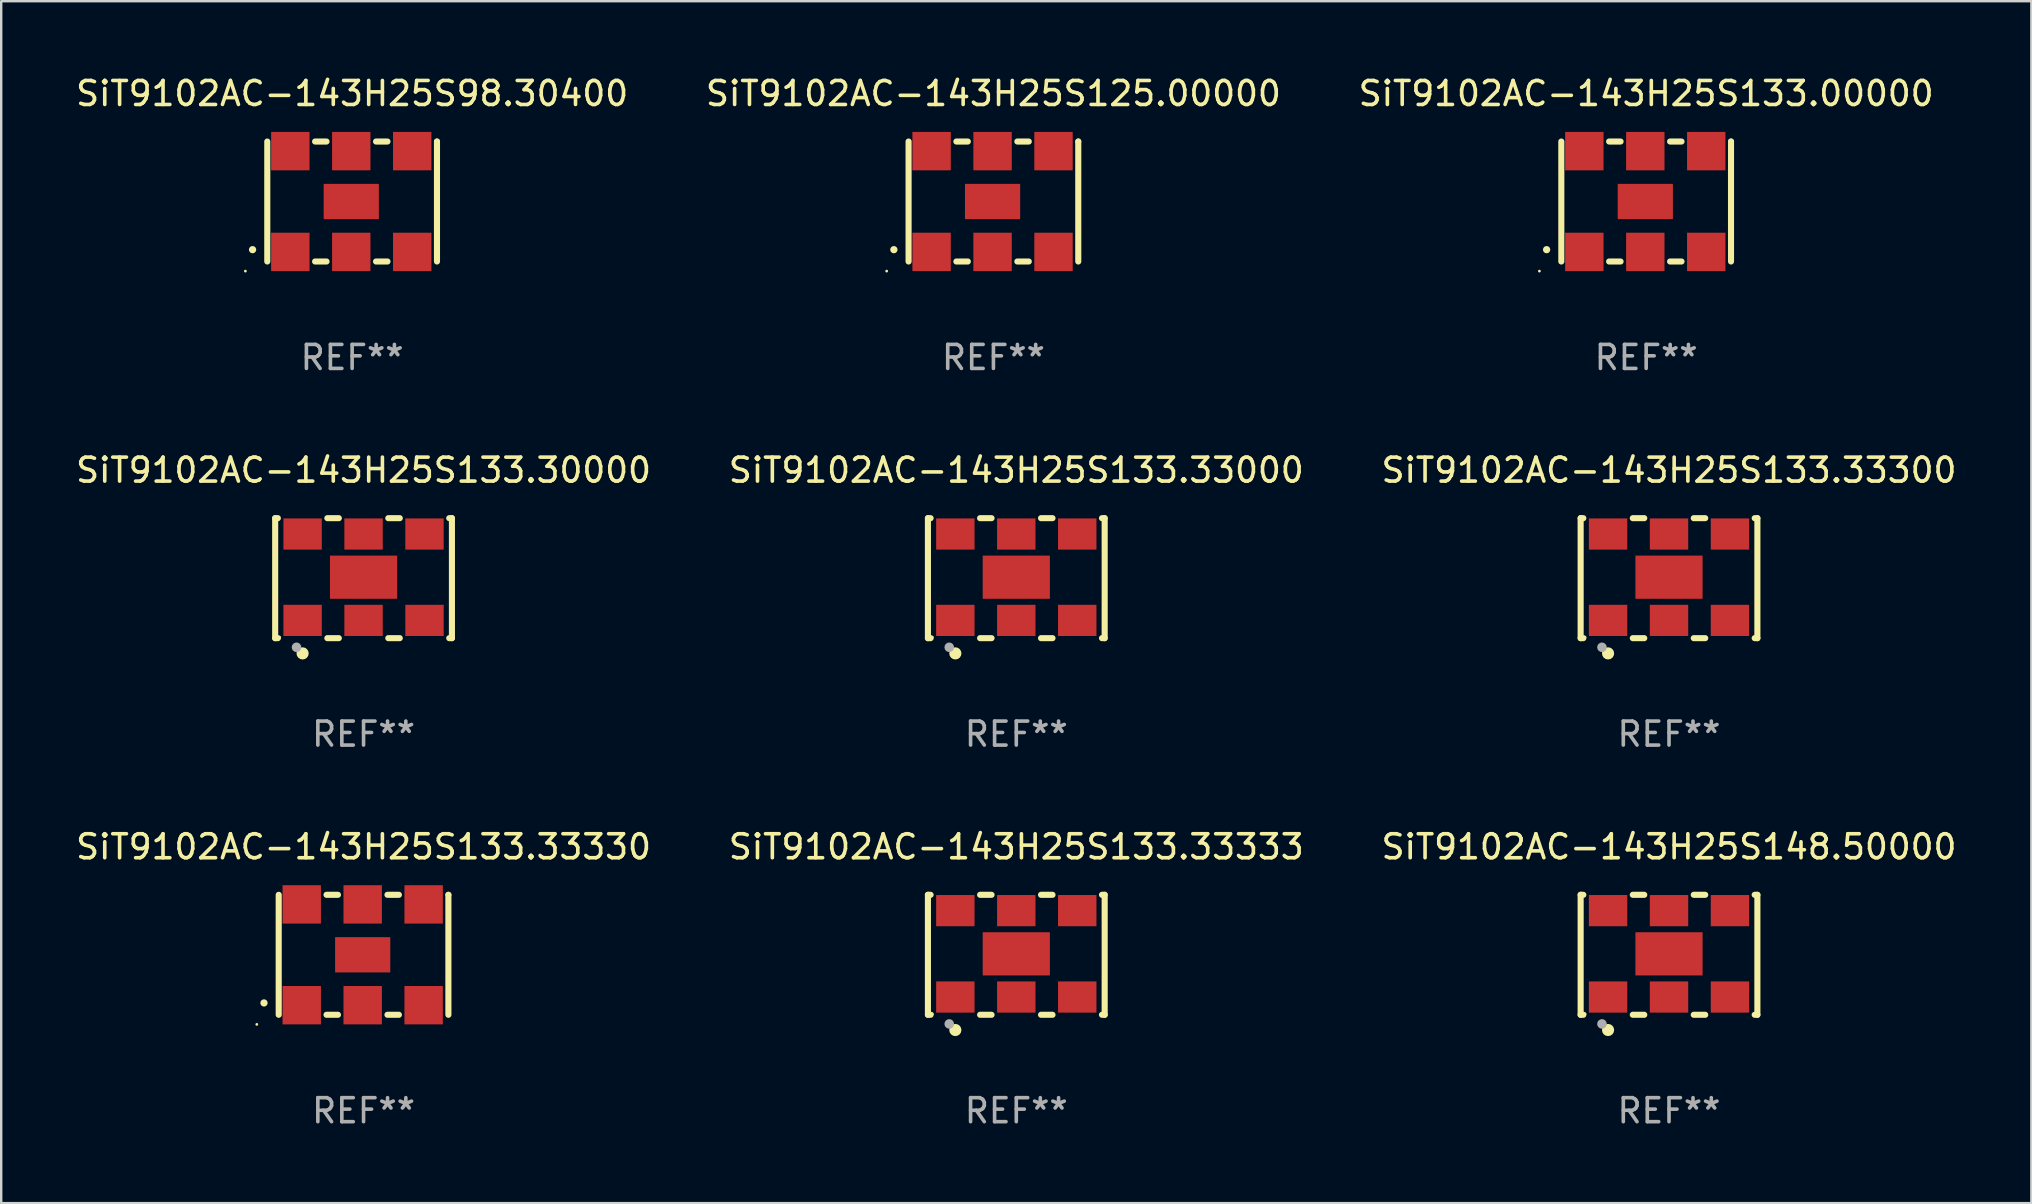
<source format=kicad_pcb>
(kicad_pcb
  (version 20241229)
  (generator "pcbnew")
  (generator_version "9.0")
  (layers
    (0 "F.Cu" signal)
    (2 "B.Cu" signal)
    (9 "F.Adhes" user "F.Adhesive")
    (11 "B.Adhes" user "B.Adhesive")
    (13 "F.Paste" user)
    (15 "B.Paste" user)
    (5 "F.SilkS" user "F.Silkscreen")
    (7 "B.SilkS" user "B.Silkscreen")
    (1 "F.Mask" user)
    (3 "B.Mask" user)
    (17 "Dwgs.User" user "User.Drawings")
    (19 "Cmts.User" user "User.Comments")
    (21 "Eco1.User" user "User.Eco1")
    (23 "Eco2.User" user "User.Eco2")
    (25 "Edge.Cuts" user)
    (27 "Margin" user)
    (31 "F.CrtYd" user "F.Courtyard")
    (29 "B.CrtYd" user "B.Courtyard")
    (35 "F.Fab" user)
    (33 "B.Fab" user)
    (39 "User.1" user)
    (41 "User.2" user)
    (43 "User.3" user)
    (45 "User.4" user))
  (footprint "SiT9102AC-143H25S98.30400"
    (layer "F.Cu")
    (at 11.625 5.348)
    (property "Reference" "SiT9102AC-143H25S98.30400" (at 0 -4.5 0) (layer "F.SilkS") (effects (font (size 1 1) (thickness 0.15))))
    (attr through_hole)
    (fp_line (start -3.536 -2.5) (end -3.536 2.5) (stroke (width 0.254) (type solid)) (layer "F.SilkS"))
    (fp_line (start -1.544 2.5) (end -1.067 2.5) (stroke (width 0.254) (type solid)) (layer "F.SilkS"))
    (fp_line (start -1.067 -2.5) (end -1.544 -2.5) (stroke (width 0.254) (type solid)) (layer "F.SilkS"))
    (fp_line (start 0.996 2.5) (end 1.473 2.5) (stroke (width 0.254) (type solid)) (layer "F.SilkS"))
    (fp_line (start 1.473 -2.5) (end 0.996 -2.5) (stroke (width 0.254) (type solid)) (layer "F.SilkS"))
    (fp_line (start 3.536 -2.5) (end 3.536 -2.5) (stroke (width 0.254) (type solid)) (layer "F.SilkS"))
    (fp_line (start 3.536 2.5) (end 3.536 -2.5) (stroke (width 0.254) (type solid)) (layer "F.SilkS"))
    (fp_arc (start -4.150432 2.006604) (mid -4.149162 2.006599) (end -4.147892 2.006604) (stroke (width 0.3) (type solid)) (layer "F.SilkS"))
    (fp_circle (center -4.449 2.9) (end -4.419 2.9) (stroke (width 0.06) (type solid)) (fill no) (layer "F.SilkS"))
    (fp_text user "REF**" (at 0 6.5 0) (layer "F.Fab") (effects (font (size 1 1) (thickness 0.15))))
    (pad "1" smd rect (at -2.576 2.1) (size 1.6 1.6) (layers "F.Cu" "F.Mask" "F.Paste"))
    (pad "2" smd rect (at -0.036 2.1) (size 1.6 1.6) (layers "F.Cu" "F.Mask" "F.Paste"))
    (pad "3" smd rect (at 2.504 2.1) (size 1.6 1.6) (layers "F.Cu" "F.Mask" "F.Paste"))
    (pad "4" smd rect (at 2.504 -2.1) (size 1.6 1.6) (layers "F.Cu" "F.Mask" "F.Paste"))
    (pad "5" smd rect (at -0.036 -2.1) (size 1.6 1.6) (layers "F.Cu" "F.Mask" "F.Paste"))
    (pad "6" smd rect (at -2.576 -2.1) (size 1.6 1.6) (layers "F.Cu" "F.Mask" "F.Paste"))
    (pad "7" smd rect (at -0.036 0) (size 2.3 1.47) (layers "F.Cu" "F.Mask" "F.Paste")))
  (footprint "SiT9102AC-143H25S133.00000"
    (layer "F.Cu")
    (at 65.554 5.348)
    (property "Reference" "SiT9102AC-143H25S133.00000" (at 0 -4.5 0) (layer "F.SilkS") (effects (font (size 1 1) (thickness 0.15))))
    (attr through_hole)
    (fp_line (start -3.536 -2.5) (end -3.536 2.5) (stroke (width 0.254) (type solid)) (layer "F.SilkS"))
    (fp_line (start -1.544 2.5) (end -1.067 2.5) (stroke (width 0.254) (type solid)) (layer "F.SilkS"))
    (fp_line (start -1.067 -2.5) (end -1.544 -2.5) (stroke (width 0.254) (type solid)) (layer "F.SilkS"))
    (fp_line (start 0.996 2.5) (end 1.473 2.5) (stroke (width 0.254) (type solid)) (layer "F.SilkS"))
    (fp_line (start 1.473 -2.5) (end 0.996 -2.5) (stroke (width 0.254) (type solid)) (layer "F.SilkS"))
    (fp_line (start 3.536 -2.5) (end 3.536 -2.5) (stroke (width 0.254) (type solid)) (layer "F.SilkS"))
    (fp_line (start 3.536 2.5) (end 3.536 -2.5) (stroke (width 0.254) (type solid)) (layer "F.SilkS"))
    (fp_arc (start -4.150432 2.006604) (mid -4.149162 2.006599) (end -4.147892 2.006604) (stroke (width 0.3) (type solid)) (layer "F.SilkS"))
    (fp_circle (center -4.449 2.9) (end -4.419 2.9) (stroke (width 0.06) (type solid)) (fill no) (layer "F.SilkS"))
    (fp_text user "REF**" (at 0 6.5 0) (layer "F.Fab") (effects (font (size 1 1) (thickness 0.15))))
    (pad "1" smd rect (at -2.576 2.1) (size 1.6 1.6) (layers "F.Cu" "F.Mask" "F.Paste"))
    (pad "2" smd rect (at -0.036 2.1) (size 1.6 1.6) (layers "F.Cu" "F.Mask" "F.Paste"))
    (pad "3" smd rect (at 2.504 2.1) (size 1.6 1.6) (layers "F.Cu" "F.Mask" "F.Paste"))
    (pad "4" smd rect (at 2.504 -2.1) (size 1.6 1.6) (layers "F.Cu" "F.Mask" "F.Paste"))
    (pad "5" smd rect (at -0.036 -2.1) (size 1.6 1.6) (layers "F.Cu" "F.Mask" "F.Paste"))
    (pad "6" smd rect (at -2.576 -2.1) (size 1.6 1.6) (layers "F.Cu" "F.Mask" "F.Paste"))
    (pad "7" smd rect (at -0.036 0) (size 2.3 1.47) (layers "F.Cu" "F.Mask" "F.Paste")))
  (footprint "SiT9102AC-143H25S133.33330"
    (layer "F.Cu")
    (at 12.101 36.741)
    (property "Reference" "SiT9102AC-143H25S133.33330" (at 0 -4.5 0) (layer "F.SilkS") (effects (font (size 1 1) (thickness 0.15))))
    (attr through_hole)
    (fp_line (start -3.536 -2.5) (end -3.536 2.5) (stroke (width 0.254) (type solid)) (layer "F.SilkS"))
    (fp_line (start -1.544 2.5) (end -1.067 2.5) (stroke (width 0.254) (type solid)) (layer "F.SilkS"))
    (fp_line (start -1.067 -2.5) (end -1.544 -2.5) (stroke (width 0.254) (type solid)) (layer "F.SilkS"))
    (fp_line (start 0.996 2.5) (end 1.473 2.5) (stroke (width 0.254) (type solid)) (layer "F.SilkS"))
    (fp_line (start 1.473 -2.5) (end 0.996 -2.5) (stroke (width 0.254) (type solid)) (layer "F.SilkS"))
    (fp_line (start 3.536 -2.5) (end 3.536 -2.5) (stroke (width 0.254) (type solid)) (layer "F.SilkS"))
    (fp_line (start 3.536 2.5) (end 3.536 -2.5) (stroke (width 0.254) (type solid)) (layer "F.SilkS"))
    (fp_arc (start -4.150432 2.006604) (mid -4.149162 2.006599) (end -4.147892 2.006604) (stroke (width 0.3) (type solid)) (layer "F.SilkS"))
    (fp_circle (center -4.449 2.9) (end -4.419 2.9) (stroke (width 0.06) (type solid)) (fill no) (layer "F.SilkS"))
    (fp_text user "REF**" (at 0 6.5 0) (layer "F.Fab") (effects (font (size 1 1) (thickness 0.15))))
    (pad "1" smd rect (at -2.576 2.1) (size 1.6 1.6) (layers "F.Cu" "F.Mask" "F.Paste"))
    (pad "2" smd rect (at -0.036 2.1) (size 1.6 1.6) (layers "F.Cu" "F.Mask" "F.Paste"))
    (pad "3" smd rect (at 2.504 2.1) (size 1.6 1.6) (layers "F.Cu" "F.Mask" "F.Paste"))
    (pad "4" smd rect (at 2.504 -2.1) (size 1.6 1.6) (layers "F.Cu" "F.Mask" "F.Paste"))
    (pad "5" smd rect (at -0.036 -2.1) (size 1.6 1.6) (layers "F.Cu" "F.Mask" "F.Paste"))
    (pad "6" smd rect (at -2.576 -2.1) (size 1.6 1.6) (layers "F.Cu" "F.Mask" "F.Paste"))
    (pad "7" smd rect (at -0.036 0) (size 2.3 1.47) (layers "F.Cu" "F.Mask" "F.Paste")))
  (footprint "SiT9102AC-143H25S133.33000"
    (layer "F.Cu")
    (at 39.304 21.045)
    (property "Reference" "SiT9102AC-143H25S133.33000" (at 0 -4.5 0) (layer "F.SilkS") (effects (font (size 1 1) (thickness 0.15))))
    (attr through_hole)
    (fp_line (start -3.683 -2.5) (end -3.571 -2.5) (stroke (width 0.254) (type solid)) (layer "F.SilkS"))
    (fp_line (start -3.683 2.5) (end -3.683 -2.5) (stroke (width 0.254) (type solid)) (layer "F.SilkS"))
    (fp_line (start -3.683 2.5) (end -3.571 2.5) (stroke (width 0.254) (type solid)) (layer "F.SilkS"))
    (fp_line (start -1.509 -2.5) (end -1.031 -2.5) (stroke (width 0.254) (type solid)) (layer "F.SilkS"))
    (fp_line (start -1.509 2.5) (end -1.031 2.5) (stroke (width 0.254) (type solid)) (layer "F.SilkS"))
    (fp_line (start 1.031 -2.5) (end 1.509 -2.5) (stroke (width 0.254) (type solid)) (layer "F.SilkS"))
    (fp_line (start 1.031 2.5) (end 1.509 2.5) (stroke (width 0.254) (type solid)) (layer "F.SilkS"))
    (fp_line (start 3.571 -2.5) (end 3.683 -2.5) (stroke (width 0.254) (type solid)) (layer "F.SilkS"))
    (fp_line (start 3.571 2.5) (end 3.683 2.5) (stroke (width 0.254) (type solid)) (layer "F.SilkS"))
    (fp_line (start 3.683 2.5) (end 3.683 -2.5) (stroke (width 0.254) (type solid)) (layer "F.SilkS"))
    (fp_circle (center -3.5 2.46) (end -3.47 2.46) (stroke (width 0.06) (type solid)) (fill no) (layer "F.SilkS"))
    (fp_circle (center -2.54 3.135) (end -2.413 3.135) (stroke (width 0.254) (type solid)) (fill no) (layer "F.SilkS"))
    (fp_circle (center -2.794 2.881) (end -2.694 2.881) (stroke (width 0.2) (type solid)) (fill no) (layer "F.Fab"))
    (fp_text user "REF**" (at 0 6.5 0) (layer "F.Fab") (effects (font (size 1 1) (thickness 0.15))))
    (pad "1" smd rect (at -2.54 1.76) (size 1.6 1.3) (layers "F.Cu" "F.Mask" "F.Paste"))
    (pad "2" smd rect (at 0 1.76) (size 1.6 1.3) (layers "F.Cu" "F.Mask" "F.Paste"))
    (pad "3" smd rect (at 2.54 1.76) (size 1.6 1.3) (layers "F.Cu" "F.Mask" "F.Paste"))
    (pad "4" smd rect (at 2.54 -1.84) (size 1.6 1.3) (layers "F.Cu" "F.Mask" "F.Paste"))
    (pad "5" smd rect (at 0 -1.84) (size 1.6 1.3) (layers "F.Cu" "F.Mask" "F.Paste"))
    (pad "6" smd rect (at -2.54 -1.84) (size 1.6 1.3) (layers "F.Cu" "F.Mask" "F.Paste"))
    (pad "7" smd rect (at 0 -0.04) (size 2.8 1.8) (layers "F.Cu" "F.Mask" "F.Paste")))
  (footprint "SiT9102AC-143H25S133.30000"
    (layer "F.Cu")
    (at 12.101 21.045)
    (property "Reference" "SiT9102AC-143H25S133.30000" (at 0 -4.5 0) (layer "F.SilkS") (effects (font (size 1 1) (thickness 0.15))))
    (attr through_hole)
    (fp_line (start -3.683 -2.5) (end -3.571 -2.5) (stroke (width 0.254) (type solid)) (layer "F.SilkS"))
    (fp_line (start -3.683 2.5) (end -3.683 -2.5) (stroke (width 0.254) (type solid)) (layer "F.SilkS"))
    (fp_line (start -3.683 2.5) (end -3.571 2.5) (stroke (width 0.254) (type solid)) (layer "F.SilkS"))
    (fp_line (start -1.509 -2.5) (end -1.031 -2.5) (stroke (width 0.254) (type solid)) (layer "F.SilkS"))
    (fp_line (start -1.509 2.5) (end -1.031 2.5) (stroke (width 0.254) (type solid)) (layer "F.SilkS"))
    (fp_line (start 1.031 -2.5) (end 1.509 -2.5) (stroke (width 0.254) (type solid)) (layer "F.SilkS"))
    (fp_line (start 1.031 2.5) (end 1.509 2.5) (stroke (width 0.254) (type solid)) (layer "F.SilkS"))
    (fp_line (start 3.571 -2.5) (end 3.683 -2.5) (stroke (width 0.254) (type solid)) (layer "F.SilkS"))
    (fp_line (start 3.571 2.5) (end 3.683 2.5) (stroke (width 0.254) (type solid)) (layer "F.SilkS"))
    (fp_line (start 3.683 2.5) (end 3.683 -2.5) (stroke (width 0.254) (type solid)) (layer "F.SilkS"))
    (fp_circle (center -3.5 2.46) (end -3.47 2.46) (stroke (width 0.06) (type solid)) (fill no) (layer "F.SilkS"))
    (fp_circle (center -2.54 3.135) (end -2.413 3.135) (stroke (width 0.254) (type solid)) (fill no) (layer "F.SilkS"))
    (fp_circle (center -2.794 2.881) (end -2.694 2.881) (stroke (width 0.2) (type solid)) (fill no) (layer "F.Fab"))
    (fp_text user "REF**" (at 0 6.5 0) (layer "F.Fab") (effects (font (size 1 1) (thickness 0.15))))
    (pad "1" smd rect (at -2.54 1.76) (size 1.6 1.3) (layers "F.Cu" "F.Mask" "F.Paste"))
    (pad "2" smd rect (at 0 1.76) (size 1.6 1.3) (layers "F.Cu" "F.Mask" "F.Paste"))
    (pad "3" smd rect (at 2.54 1.76) (size 1.6 1.3) (layers "F.Cu" "F.Mask" "F.Paste"))
    (pad "4" smd rect (at 2.54 -1.84) (size 1.6 1.3) (layers "F.Cu" "F.Mask" "F.Paste"))
    (pad "5" smd rect (at 0 -1.84) (size 1.6 1.3) (layers "F.Cu" "F.Mask" "F.Paste"))
    (pad "6" smd rect (at -2.54 -1.84) (size 1.6 1.3) (layers "F.Cu" "F.Mask" "F.Paste"))
    (pad "7" smd rect (at 0 -0.04) (size 2.8 1.8) (layers "F.Cu" "F.Mask" "F.Paste")))
  (footprint "SiT9102AC-143H25S148.50000"
    (layer "F.Cu")
    (at 66.506 36.741)
    (property "Reference" "SiT9102AC-143H25S148.50000" (at 0 -4.5 0) (layer "F.SilkS") (effects (font (size 1 1) (thickness 0.15))))
    (attr through_hole)
    (fp_line (start -3.683 -2.5) (end -3.571 -2.5) (stroke (width 0.254) (type solid)) (layer "F.SilkS"))
    (fp_line (start -3.683 2.5) (end -3.683 -2.5) (stroke (width 0.254) (type solid)) (layer "F.SilkS"))
    (fp_line (start -3.683 2.5) (end -3.571 2.5) (stroke (width 0.254) (type solid)) (layer "F.SilkS"))
    (fp_line (start -1.509 -2.5) (end -1.031 -2.5) (stroke (width 0.254) (type solid)) (layer "F.SilkS"))
    (fp_line (start -1.509 2.5) (end -1.031 2.5) (stroke (width 0.254) (type solid)) (layer "F.SilkS"))
    (fp_line (start 1.031 -2.5) (end 1.509 -2.5) (stroke (width 0.254) (type solid)) (layer "F.SilkS"))
    (fp_line (start 1.031 2.5) (end 1.509 2.5) (stroke (width 0.254) (type solid)) (layer "F.SilkS"))
    (fp_line (start 3.571 -2.5) (end 3.683 -2.5) (stroke (width 0.254) (type solid)) (layer "F.SilkS"))
    (fp_line (start 3.571 2.5) (end 3.683 2.5) (stroke (width 0.254) (type solid)) (layer "F.SilkS"))
    (fp_line (start 3.683 2.5) (end 3.683 -2.5) (stroke (width 0.254) (type solid)) (layer "F.SilkS"))
    (fp_circle (center -3.5 2.46) (end -3.47 2.46) (stroke (width 0.06) (type solid)) (fill no) (layer "F.SilkS"))
    (fp_circle (center -2.54 3.135) (end -2.413 3.135) (stroke (width 0.254) (type solid)) (fill no) (layer "F.SilkS"))
    (fp_circle (center -2.794 2.881) (end -2.694 2.881) (stroke (width 0.2) (type solid)) (fill no) (layer "F.Fab"))
    (fp_text user "REF**" (at 0 6.5 0) (layer "F.Fab") (effects (font (size 1 1) (thickness 0.15))))
    (pad "1" smd rect (at -2.54 1.76) (size 1.6 1.3) (layers "F.Cu" "F.Mask" "F.Paste"))
    (pad "2" smd rect (at 0 1.76) (size 1.6 1.3) (layers "F.Cu" "F.Mask" "F.Paste"))
    (pad "3" smd rect (at 2.54 1.76) (size 1.6 1.3) (layers "F.Cu" "F.Mask" "F.Paste"))
    (pad "4" smd rect (at 2.54 -1.84) (size 1.6 1.3) (layers "F.Cu" "F.Mask" "F.Paste"))
    (pad "5" smd rect (at 0 -1.84) (size 1.6 1.3) (layers "F.Cu" "F.Mask" "F.Paste"))
    (pad "6" smd rect (at -2.54 -1.84) (size 1.6 1.3) (layers "F.Cu" "F.Mask" "F.Paste"))
    (pad "7" smd rect (at 0 -0.04) (size 2.8 1.8) (layers "F.Cu" "F.Mask" "F.Paste")))
  (footprint "SiT9102AC-143H25S125.00000"
    (layer "F.Cu")
    (at 38.351 5.348)
    (property "Reference" "SiT9102AC-143H25S125.00000" (at 0 -4.5 0) (layer "F.SilkS") (effects (font (size 1 1) (thickness 0.15))))
    (attr through_hole)
    (fp_line (start -3.536 -2.5) (end -3.536 2.5) (stroke (width 0.254) (type solid)) (layer "F.SilkS"))
    (fp_line (start -1.544 2.5) (end -1.067 2.5) (stroke (width 0.254) (type solid)) (layer "F.SilkS"))
    (fp_line (start -1.067 -2.5) (end -1.544 -2.5) (stroke (width 0.254) (type solid)) (layer "F.SilkS"))
    (fp_line (start 0.996 2.5) (end 1.473 2.5) (stroke (width 0.254) (type solid)) (layer "F.SilkS"))
    (fp_line (start 1.473 -2.5) (end 0.996 -2.5) (stroke (width 0.254) (type solid)) (layer "F.SilkS"))
    (fp_line (start 3.536 -2.5) (end 3.536 -2.5) (stroke (width 0.254) (type solid)) (layer "F.SilkS"))
    (fp_line (start 3.536 2.5) (end 3.536 -2.5) (stroke (width 0.254) (type solid)) (layer "F.SilkS"))
    (fp_arc (start -4.150432 2.006604) (mid -4.149162 2.006599) (end -4.147892 2.006604) (stroke (width 0.3) (type solid)) (layer "F.SilkS"))
    (fp_circle (center -4.449 2.9) (end -4.419 2.9) (stroke (width 0.06) (type solid)) (fill no) (layer "F.SilkS"))
    (fp_text user "REF**" (at 0 6.5 0) (layer "F.Fab") (effects (font (size 1 1) (thickness 0.15))))
    (pad "1" smd rect (at -2.576 2.1) (size 1.6 1.6) (layers "F.Cu" "F.Mask" "F.Paste"))
    (pad "2" smd rect (at -0.036 2.1) (size 1.6 1.6) (layers "F.Cu" "F.Mask" "F.Paste"))
    (pad "3" smd rect (at 2.504 2.1) (size 1.6 1.6) (layers "F.Cu" "F.Mask" "F.Paste"))
    (pad "4" smd rect (at 2.504 -2.1) (size 1.6 1.6) (layers "F.Cu" "F.Mask" "F.Paste"))
    (pad "5" smd rect (at -0.036 -2.1) (size 1.6 1.6) (layers "F.Cu" "F.Mask" "F.Paste"))
    (pad "6" smd rect (at -2.576 -2.1) (size 1.6 1.6) (layers "F.Cu" "F.Mask" "F.Paste"))
    (pad "7" smd rect (at -0.036 0) (size 2.3 1.47) (layers "F.Cu" "F.Mask" "F.Paste")))
  (footprint "SiT9102AC-143H25S133.33333"
    (layer "F.Cu")
    (at 39.304 36.741)
    (property "Reference" "SiT9102AC-143H25S133.33333" (at 0 -4.5 0) (layer "F.SilkS") (effects (font (size 1 1) (thickness 0.15))))
    (attr through_hole)
    (fp_line (start -3.683 -2.5) (end -3.571 -2.5) (stroke (width 0.254) (type solid)) (layer "F.SilkS"))
    (fp_line (start -3.683 2.5) (end -3.683 -2.5) (stroke (width 0.254) (type solid)) (layer "F.SilkS"))
    (fp_line (start -3.683 2.5) (end -3.571 2.5) (stroke (width 0.254) (type solid)) (layer "F.SilkS"))
    (fp_line (start -1.509 -2.5) (end -1.031 -2.5) (stroke (width 0.254) (type solid)) (layer "F.SilkS"))
    (fp_line (start -1.509 2.5) (end -1.031 2.5) (stroke (width 0.254) (type solid)) (layer "F.SilkS"))
    (fp_line (start 1.031 -2.5) (end 1.509 -2.5) (stroke (width 0.254) (type solid)) (layer "F.SilkS"))
    (fp_line (start 1.031 2.5) (end 1.509 2.5) (stroke (width 0.254) (type solid)) (layer "F.SilkS"))
    (fp_line (start 3.571 -2.5) (end 3.683 -2.5) (stroke (width 0.254) (type solid)) (layer "F.SilkS"))
    (fp_line (start 3.571 2.5) (end 3.683 2.5) (stroke (width 0.254) (type solid)) (layer "F.SilkS"))
    (fp_line (start 3.683 2.5) (end 3.683 -2.5) (stroke (width 0.254) (type solid)) (layer "F.SilkS"))
    (fp_circle (center -3.5 2.46) (end -3.47 2.46) (stroke (width 0.06) (type solid)) (fill no) (layer "F.SilkS"))
    (fp_circle (center -2.54 3.135) (end -2.413 3.135) (stroke (width 0.254) (type solid)) (fill no) (layer "F.SilkS"))
    (fp_circle (center -2.794 2.881) (end -2.694 2.881) (stroke (width 0.2) (type solid)) (fill no) (layer "F.Fab"))
    (fp_text user "REF**" (at 0 6.5 0) (layer "F.Fab") (effects (font (size 1 1) (thickness 0.15))))
    (pad "1" smd rect (at -2.54 1.76) (size 1.6 1.3) (layers "F.Cu" "F.Mask" "F.Paste"))
    (pad "2" smd rect (at 0 1.76) (size 1.6 1.3) (layers "F.Cu" "F.Mask" "F.Paste"))
    (pad "3" smd rect (at 2.54 1.76) (size 1.6 1.3) (layers "F.Cu" "F.Mask" "F.Paste"))
    (pad "4" smd rect (at 2.54 -1.84) (size 1.6 1.3) (layers "F.Cu" "F.Mask" "F.Paste"))
    (pad "5" smd rect (at 0 -1.84) (size 1.6 1.3) (layers "F.Cu" "F.Mask" "F.Paste"))
    (pad "6" smd rect (at -2.54 -1.84) (size 1.6 1.3) (layers "F.Cu" "F.Mask" "F.Paste"))
    (pad "7" smd rect (at 0 -0.04) (size 2.8 1.8) (layers "F.Cu" "F.Mask" "F.Paste")))
  (footprint "SiT9102AC-143H25S133.33300"
    (layer "F.Cu")
    (at 66.506 21.045)
    (property "Reference" "SiT9102AC-143H25S133.33300" (at 0 -4.5 0) (layer "F.SilkS") (effects (font (size 1 1) (thickness 0.15))))
    (attr through_hole)
    (fp_line (start -3.683 -2.5) (end -3.571 -2.5) (stroke (width 0.254) (type solid)) (layer "F.SilkS"))
    (fp_line (start -3.683 2.5) (end -3.683 -2.5) (stroke (width 0.254) (type solid)) (layer "F.SilkS"))
    (fp_line (start -3.683 2.5) (end -3.571 2.5) (stroke (width 0.254) (type solid)) (layer "F.SilkS"))
    (fp_line (start -1.509 -2.5) (end -1.031 -2.5) (stroke (width 0.254) (type solid)) (layer "F.SilkS"))
    (fp_line (start -1.509 2.5) (end -1.031 2.5) (stroke (width 0.254) (type solid)) (layer "F.SilkS"))
    (fp_line (start 1.031 -2.5) (end 1.509 -2.5) (stroke (width 0.254) (type solid)) (layer "F.SilkS"))
    (fp_line (start 1.031 2.5) (end 1.509 2.5) (stroke (width 0.254) (type solid)) (layer "F.SilkS"))
    (fp_line (start 3.571 -2.5) (end 3.683 -2.5) (stroke (width 0.254) (type solid)) (layer "F.SilkS"))
    (fp_line (start 3.571 2.5) (end 3.683 2.5) (stroke (width 0.254) (type solid)) (layer "F.SilkS"))
    (fp_line (start 3.683 2.5) (end 3.683 -2.5) (stroke (width 0.254) (type solid)) (layer "F.SilkS"))
    (fp_circle (center -3.5 2.46) (end -3.47 2.46) (stroke (width 0.06) (type solid)) (fill no) (layer "F.SilkS"))
    (fp_circle (center -2.54 3.135) (end -2.413 3.135) (stroke (width 0.254) (type solid)) (fill no) (layer "F.SilkS"))
    (fp_circle (center -2.794 2.881) (end -2.694 2.881) (stroke (width 0.2) (type solid)) (fill no) (layer "F.Fab"))
    (fp_text user "REF**" (at 0 6.5 0) (layer "F.Fab") (effects (font (size 1 1) (thickness 0.15))))
    (pad "1" smd rect (at -2.54 1.76) (size 1.6 1.3) (layers "F.Cu" "F.Mask" "F.Paste"))
    (pad "2" smd rect (at 0 1.76) (size 1.6 1.3) (layers "F.Cu" "F.Mask" "F.Paste"))
    (pad "3" smd rect (at 2.54 1.76) (size 1.6 1.3) (layers "F.Cu" "F.Mask" "F.Paste"))
    (pad "4" smd rect (at 2.54 -1.84) (size 1.6 1.3) (layers "F.Cu" "F.Mask" "F.Paste"))
    (pad "5" smd rect (at 0 -1.84) (size 1.6 1.3) (layers "F.Cu" "F.Mask" "F.Paste"))
    (pad "6" smd rect (at -2.54 -1.84) (size 1.6 1.3) (layers "F.Cu" "F.Mask" "F.Paste"))
    (pad "7" smd rect (at 0 -0.04) (size 2.8 1.8) (layers "F.Cu" "F.Mask" "F.Paste")))
  (gr_rect
    (start -3 -3)
    (end 81.607 47.09)
    (stroke (width 0.1) (type default))
    (fill no)
    (layer "Edge.Cuts")))
</source>
